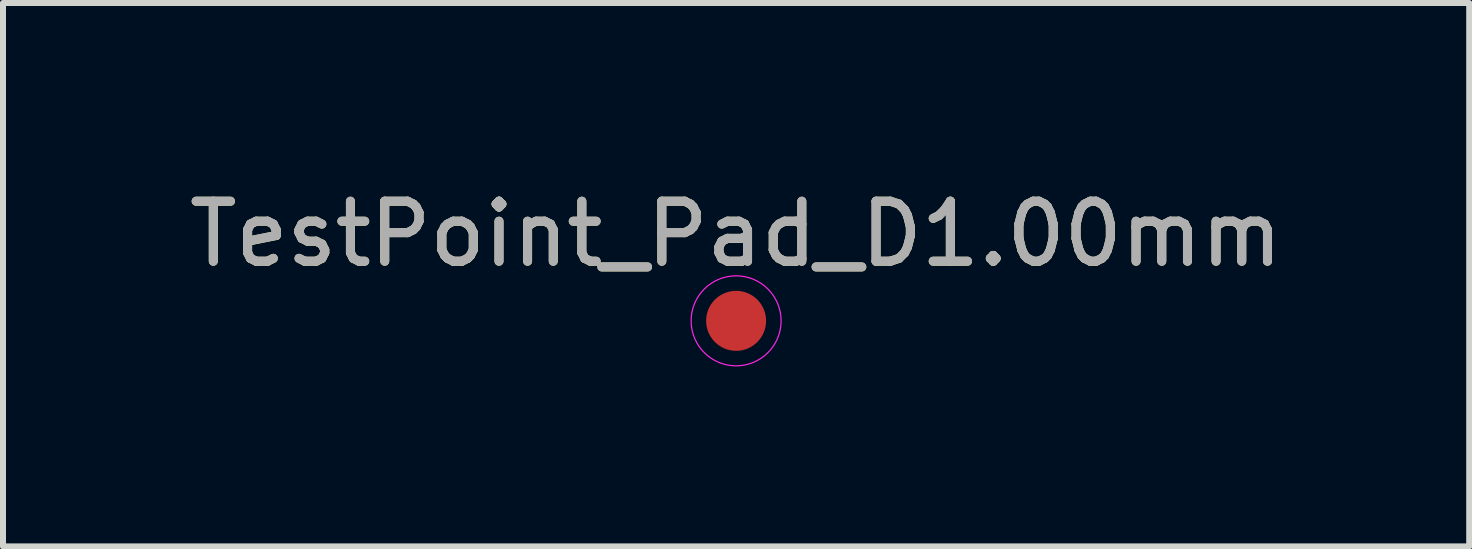
<source format=kicad_pcb>
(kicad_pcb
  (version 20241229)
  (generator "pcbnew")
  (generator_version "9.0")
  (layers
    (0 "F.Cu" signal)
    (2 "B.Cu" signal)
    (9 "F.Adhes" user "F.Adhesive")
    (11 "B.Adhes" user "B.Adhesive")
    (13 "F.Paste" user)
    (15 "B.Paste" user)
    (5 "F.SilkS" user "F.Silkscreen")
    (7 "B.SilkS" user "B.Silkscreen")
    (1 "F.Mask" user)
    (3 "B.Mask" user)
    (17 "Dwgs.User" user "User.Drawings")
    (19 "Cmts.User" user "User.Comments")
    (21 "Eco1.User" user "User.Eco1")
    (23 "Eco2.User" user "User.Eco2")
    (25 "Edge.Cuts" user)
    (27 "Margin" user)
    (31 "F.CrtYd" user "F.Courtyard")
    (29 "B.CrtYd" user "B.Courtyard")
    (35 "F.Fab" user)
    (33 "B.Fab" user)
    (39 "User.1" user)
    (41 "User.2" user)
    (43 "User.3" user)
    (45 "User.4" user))
  (footprint "TestPoint_Pad_D1.00mm"
    (layer "F.Cu")
    (at 9.22 2.298)
    (property "Reference" "TestPoint_Pad_D1.00mm" (at 0 -1.448 0) (layer "F.SilkS") (effects (font (size 1 1) (thickness 0.15))))
    (attr smd exclude_from_pos_files exclude_from_bom)
    (fp_circle (center 0 0) (end 0.75 0) (stroke (width 0.02) (type solid)) (fill no) (layer "F.CrtYd"))
    (fp_text user "${REFERENCE}" (at 0 -1.45 0) (layer "F.Fab") (effects (font (size 1 1) (thickness 0.15))))
    (pad "1" smd circle (at 0 0) (size 1 1) (property pad_prop_testpoint) (layers "F.Cu" "F.Mask")))
  (gr_rect
    (start -3 -3)
    (end 21.44 6.058)
    (stroke (width 0.1) (type default))
    (fill no)
    (layer "Edge.Cuts")))
</source>
